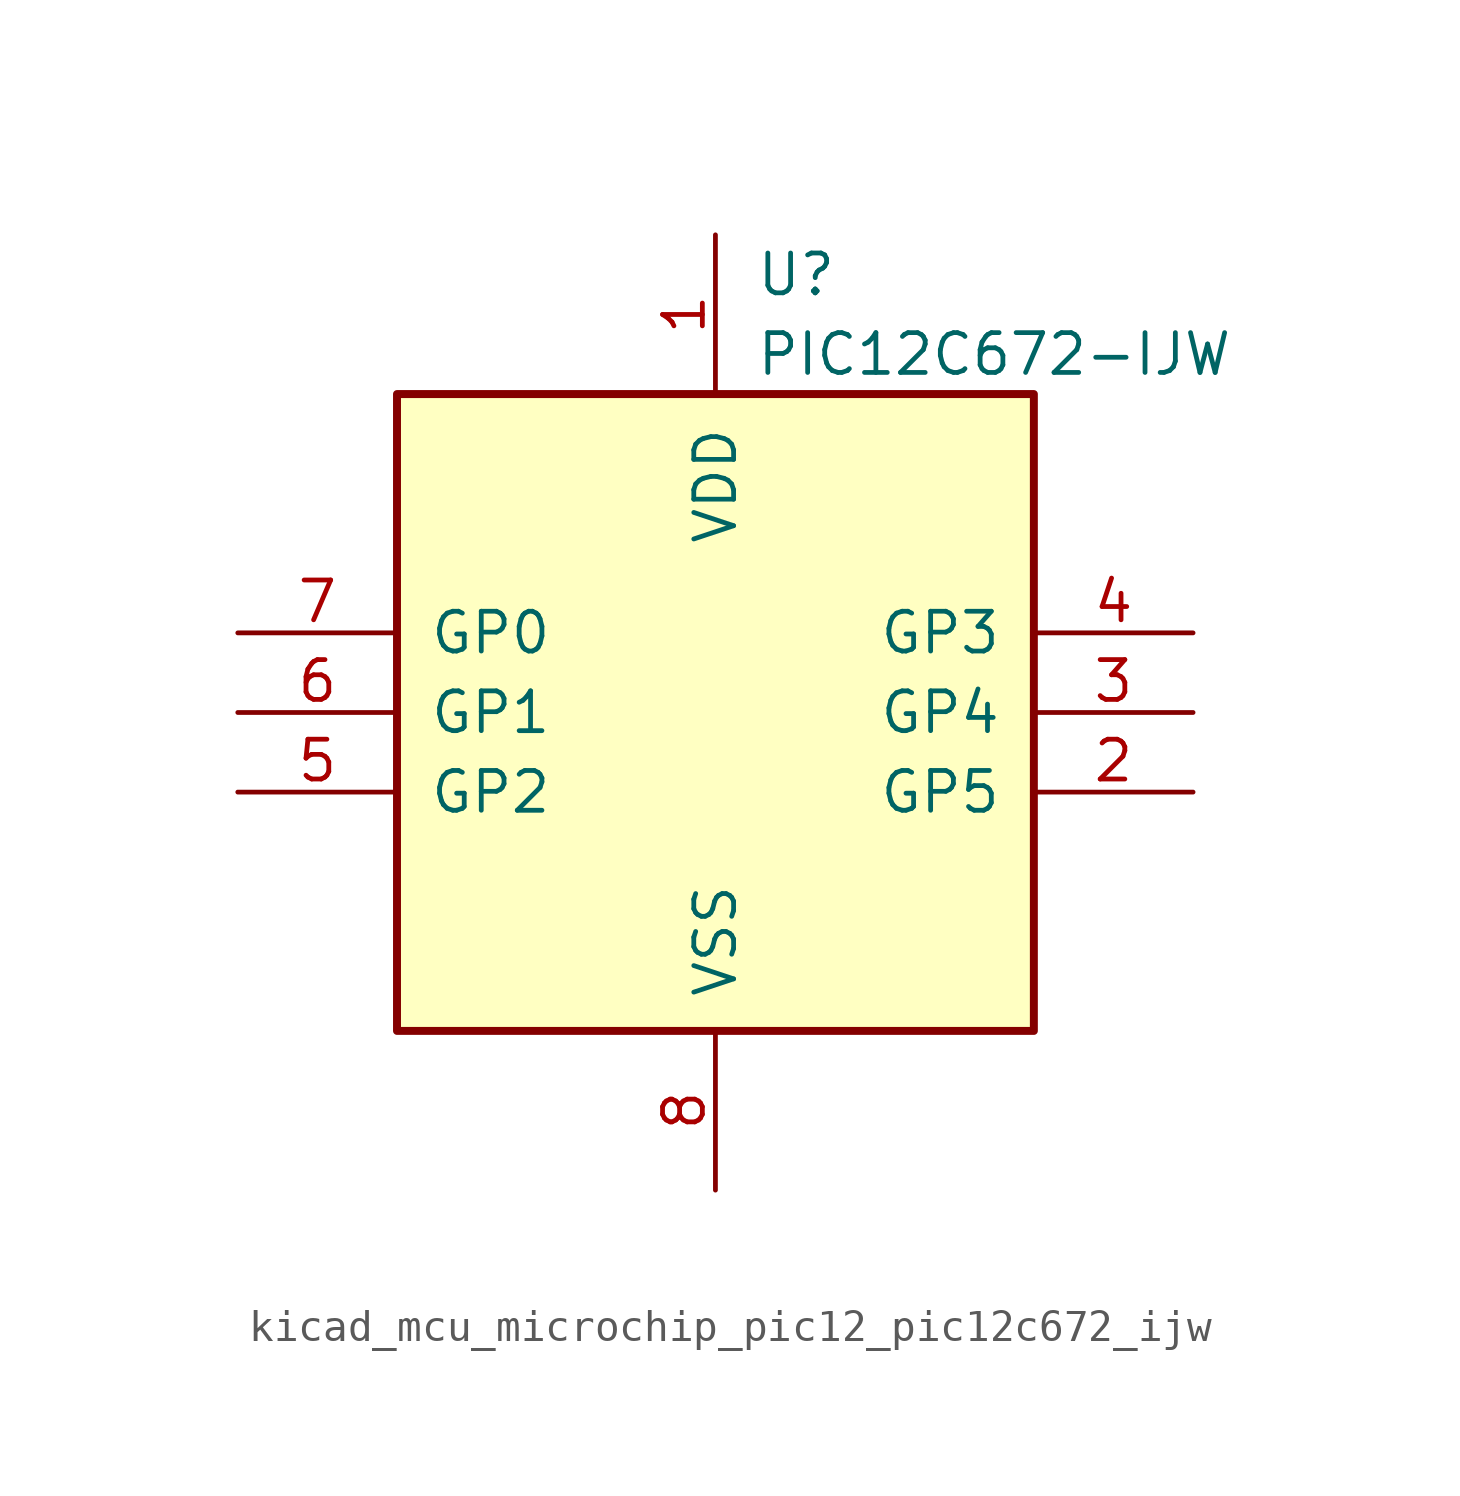
<source format=kicad_sym>
(kicad_symbol_lib
  (version 20220914)
  (generator kicad_symbol_editor)
  (symbol "kicad_mcu_microchip_pic12_pic12c672_ijw"
    (pin_names
      (offset 1.016))
    (property "Reference" "U"
      (at 1.27 13.97 0)
      (effects (font (size 1.27 1.27)) (justify left)))
    (property "Value" "PIC12C672-IJW"
      (at 1.27 11.43 0)
      (effects (font (size 1.27 1.27)) (justify left)))
    (symbol "kicad_mcu_microchip_pic12_pic12c672_ijw_0_1"
      (rectangle (start 10.16 -10.16) (end -10.16 10.16) (stroke (width 0.254) (type default)) (fill (type background))))
    (symbol "kicad_mcu_microchip_pic12_pic12c672_ijw_1_1"
      (pin power_in line (at 0 15.24 270) (length 5.08) (name "VDD" (effects (font (size 1.27 1.27)))) (number "1" (effects (font (size 1.27 1.27)))))
      (pin bidirectional line (at 15.24 -2.54 180) (length 5.08) (name "GP5" (effects (font (size 1.27 1.27)))) (number "2" (effects (font (size 1.27 1.27)))))
      (pin bidirectional line (at 15.24 0 180) (length 5.08) (name "GP4" (effects (font (size 1.27 1.27)))) (number "3" (effects (font (size 1.27 1.27)))))
      (pin input line (at 15.24 2.54 180) (length 5.08) (name "GP3" (effects (font (size 1.27 1.27)))) (number "4" (effects (font (size 1.27 1.27)))))
      (pin bidirectional line (at -15.24 -2.54 0) (length 5.08) (name "GP2" (effects (font (size 1.27 1.27)))) (number "5" (effects (font (size 1.27 1.27)))))
      (pin bidirectional line (at -15.24 0 0) (length 5.08) (name "GP1" (effects (font (size 1.27 1.27)))) (number "6" (effects (font (size 1.27 1.27)))))
      (pin bidirectional line (at -15.24 2.54 0) (length 5.08) (name "GP0" (effects (font (size 1.27 1.27)))) (number "7" (effects (font (size 1.27 1.27)))))
      (pin power_in line (at 0 -15.24 90) (length 5.08) (name "VSS" (effects (font (size 1.27 1.27)))) (number "8" (effects (font (size 1.27 1.27))))))))
</source>
